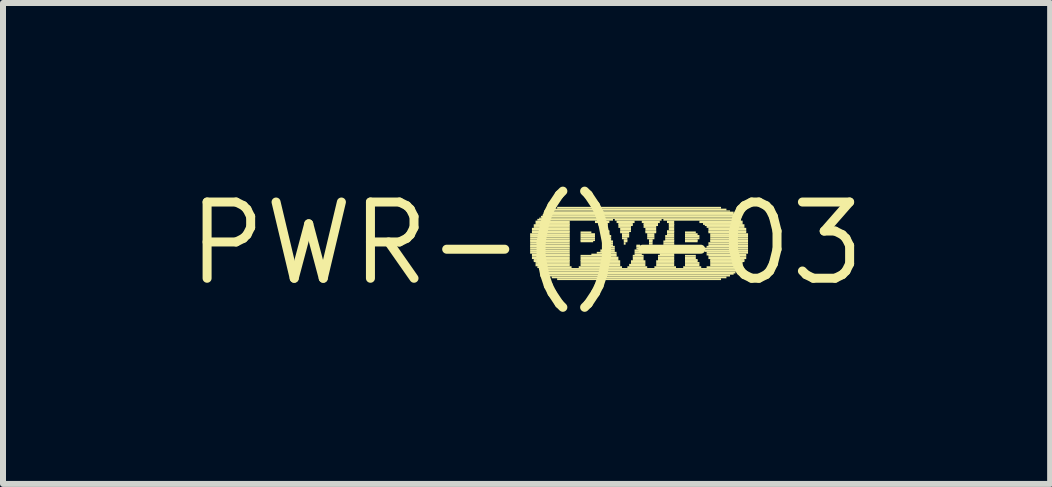
<source format=kicad_pcb>
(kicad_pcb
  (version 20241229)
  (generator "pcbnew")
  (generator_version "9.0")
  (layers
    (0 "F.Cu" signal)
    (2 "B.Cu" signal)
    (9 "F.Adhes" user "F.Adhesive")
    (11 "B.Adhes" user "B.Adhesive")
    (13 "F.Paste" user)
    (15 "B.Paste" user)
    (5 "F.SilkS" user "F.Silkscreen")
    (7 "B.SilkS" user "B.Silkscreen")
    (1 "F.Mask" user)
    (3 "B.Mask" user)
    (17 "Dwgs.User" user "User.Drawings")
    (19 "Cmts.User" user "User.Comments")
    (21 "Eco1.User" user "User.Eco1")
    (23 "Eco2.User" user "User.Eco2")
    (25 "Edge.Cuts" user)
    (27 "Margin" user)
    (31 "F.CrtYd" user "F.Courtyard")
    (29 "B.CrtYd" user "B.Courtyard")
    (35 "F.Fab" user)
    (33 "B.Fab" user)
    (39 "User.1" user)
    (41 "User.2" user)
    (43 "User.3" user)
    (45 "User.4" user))
  (footprint "PWR-()-03"
    (layer "F.Cu")
    (at 5.722 1.006)
    (property "Reference" "PWR-()-03" (at 0 0 0) (layer "F.SilkS") (effects (font (size 1.27 1.27) (thickness 0.15))))
    (fp_poly (pts (xy 0.06 -0.14) (xy 0.72 -0.14) (xy 0.72 -0.17) (xy 0.06 -0.17)) (stroke (width 0) (type solid)) (fill yes) (layer "F.SilkS"))
    (fp_poly (pts (xy 0.06 -0.1) (xy 0.72 -0.1) (xy 0.72 -0.14) (xy 0.06 -0.14)) (stroke (width 0) (type solid)) (fill yes) (layer "F.SilkS"))
    (fp_poly (pts (xy 0.06 -0.07) (xy 0.72 -0.07) (xy 0.72 -0.1) (xy 0.06 -0.1)) (stroke (width 0) (type solid)) (fill yes) (layer "F.SilkS"))
    (fp_poly (pts (xy 0.06 -0.04) (xy 0.72 -0.04) (xy 0.72 -0.07) (xy 0.06 -0.07)) (stroke (width 0) (type solid)) (fill yes) (layer "F.SilkS"))
    (fp_poly (pts (xy 0.06 -0.02) (xy 0.72 -0.02) (xy 0.72 -0.05) (xy 0.06 -0.05)) (stroke (width 0) (type solid)) (fill yes) (layer "F.SilkS"))
    (fp_poly (pts (xy 0.06 0.02) (xy 0.72 0.02) (xy 0.72 -0.02) (xy 0.06 -0.02)) (stroke (width 0) (type solid)) (fill yes) (layer "F.SilkS"))
    (fp_poly (pts (xy 0.06 0.05) (xy 0.72 0.05) (xy 0.72 0.02) (xy 0.06 0.02)) (stroke (width 0) (type solid)) (fill yes) (layer "F.SilkS"))
    (fp_poly (pts (xy 0.06 0.07) (xy 0.72 0.07) (xy 0.72 0.04) (xy 0.06 0.04)) (stroke (width 0) (type solid)) (fill yes) (layer "F.SilkS"))
    (fp_poly (pts (xy 0.06 0.1) (xy 0.72 0.1) (xy 0.72 0.07) (xy 0.06 0.07)) (stroke (width 0) (type solid)) (fill yes) (layer "F.SilkS"))
    (fp_poly (pts (xy 0.06 0.14) (xy 0.72 0.14) (xy 0.72 0.1) (xy 0.06 0.1)) (stroke (width 0) (type solid)) (fill yes) (layer "F.SilkS"))
    (fp_poly (pts (xy 0.06 0.17) (xy 0.72 0.17) (xy 0.72 0.14) (xy 0.06 0.14)) (stroke (width 0) (type solid)) (fill yes) (layer "F.SilkS"))
    (fp_poly (pts (xy 0.09 -0.22) (xy 0.72 -0.22) (xy 0.72 -0.26) (xy 0.09 -0.26)) (stroke (width 0) (type solid)) (fill yes) (layer "F.SilkS"))
    (fp_poly (pts (xy 0.09 -0.19) (xy 0.72 -0.19) (xy 0.72 -0.22) (xy 0.09 -0.22)) (stroke (width 0) (type solid)) (fill yes) (layer "F.SilkS"))
    (fp_poly (pts (xy 0.09 -0.17) (xy 0.72 -0.17) (xy 0.72 -0.2) (xy 0.09 -0.2)) (stroke (width 0) (type solid)) (fill yes) (layer "F.SilkS"))
    (fp_poly (pts (xy 0.09 0.2) (xy 0.72 0.2) (xy 0.72 0.17) (xy 0.09 0.17)) (stroke (width 0) (type solid)) (fill yes) (layer "F.SilkS"))
    (fp_poly (pts (xy 0.09 0.22) (xy 0.72 0.22) (xy 0.72 0.19) (xy 0.09 0.19)) (stroke (width 0) (type solid)) (fill yes) (layer "F.SilkS"))
    (fp_poly (pts (xy 0.09 0.26) (xy 0.72 0.26) (xy 0.72 0.22) (xy 0.09 0.22)) (stroke (width 0) (type solid)) (fill yes) (layer "F.SilkS"))
    (fp_poly (pts (xy 0.12 -0.29) (xy 0.72 -0.29) (xy 0.72 -0.32) (xy 0.12 -0.32)) (stroke (width 0) (type solid)) (fill yes) (layer "F.SilkS"))
    (fp_poly (pts (xy 0.12 -0.26) (xy 0.72 -0.26) (xy 0.72 -0.29) (xy 0.12 -0.29)) (stroke (width 0) (type solid)) (fill yes) (layer "F.SilkS"))
    (fp_poly (pts (xy 0.12 0.29) (xy 0.72 0.29) (xy 0.72 0.26) (xy 0.12 0.26)) (stroke (width 0) (type solid)) (fill yes) (layer "F.SilkS"))
    (fp_poly (pts (xy 0.12 0.31) (xy 0.72 0.31) (xy 0.72 0.28) (xy 0.12 0.28)) (stroke (width 0) (type solid)) (fill yes) (layer "F.SilkS"))
    (fp_poly (pts (xy 0.15 -0.34) (xy 0.72 -0.34) (xy 0.72 -0.38) (xy 0.15 -0.38)) (stroke (width 0) (type solid)) (fill yes) (layer "F.SilkS"))
    (fp_poly (pts (xy 0.15 -0.31) (xy 0.72 -0.31) (xy 0.72 -0.34) (xy 0.15 -0.34)) (stroke (width 0) (type solid)) (fill yes) (layer "F.SilkS"))
    (fp_poly (pts (xy 0.15 0.34) (xy 0.72 0.34) (xy 0.72 0.31) (xy 0.15 0.31)) (stroke (width 0) (type solid)) (fill yes) (layer "F.SilkS"))
    (fp_poly (pts (xy 0.15 0.38) (xy 0.72 0.38) (xy 0.72 0.34) (xy 0.15 0.34)) (stroke (width 0) (type solid)) (fill yes) (layer "F.SilkS"))
    (fp_poly (pts (xy 0.18 -0.38) (xy 1.44 -0.38) (xy 1.44 -0.41) (xy 0.18 -0.41)) (stroke (width 0) (type solid)) (fill yes) (layer "F.SilkS"))
    (fp_poly (pts (xy 0.18 0.41) (xy 0.75 0.41) (xy 0.75 0.38) (xy 0.18 0.38)) (stroke (width 0) (type solid)) (fill yes) (layer "F.SilkS"))
    (fp_poly (pts (xy 0.21 -0.41) (xy 3.54 -0.41) (xy 3.54 -0.43) (xy 0.21 -0.43)) (stroke (width 0) (type solid)) (fill yes) (layer "F.SilkS"))
    (fp_poly (pts (xy 0.21 0.44) (xy 3.54 0.44) (xy 3.54 0.41) (xy 0.21 0.41)) (stroke (width 0) (type solid)) (fill yes) (layer "F.SilkS"))
    (fp_poly (pts (xy 0.24 -0.43) (xy 3.51 -0.43) (xy 3.51 -0.46) (xy 0.24 -0.46)) (stroke (width 0) (type solid)) (fill yes) (layer "F.SilkS"))
    (fp_poly (pts (xy 0.24 0.47) (xy 3.51 0.47) (xy 3.51 0.44) (xy 0.24 0.44)) (stroke (width 0) (type solid)) (fill yes) (layer "F.SilkS"))
    (fp_poly (pts (xy 0.27 -0.46) (xy 3.48 -0.46) (xy 3.48 -0.49) (xy 0.27 -0.49)) (stroke (width 0) (type solid)) (fill yes) (layer "F.SilkS"))
    (fp_poly (pts (xy 0.27 0.5) (xy 3.48 0.5) (xy 3.48 0.47) (xy 0.27 0.47)) (stroke (width 0) (type solid)) (fill yes) (layer "F.SilkS"))
    (fp_poly (pts (xy 0.3 -0.49) (xy 3.45 -0.49) (xy 3.45 -0.53) (xy 0.3 -0.53)) (stroke (width 0) (type solid)) (fill yes) (layer "F.SilkS"))
    (fp_poly (pts (xy 0.3 0.52) (xy 3.45 0.52) (xy 3.45 0.49) (xy 0.3 0.49)) (stroke (width 0) (type solid)) (fill yes) (layer "F.SilkS"))
    (fp_poly (pts (xy 0.36 -0.53) (xy 3.39 -0.53) (xy 3.39 -0.55) (xy 0.36 -0.55)) (stroke (width 0) (type solid)) (fill yes) (layer "F.SilkS"))
    (fp_poly (pts (xy 0.36 0.55) (xy 3.39 0.55) (xy 3.39 0.52) (xy 0.36 0.52)) (stroke (width 0) (type solid)) (fill yes) (layer "F.SilkS"))
    (fp_poly (pts (xy 0.42 -0.55) (xy 3.33 -0.55) (xy 3.33 -0.58) (xy 0.42 -0.58)) (stroke (width 0) (type solid)) (fill yes) (layer "F.SilkS"))
    (fp_poly (pts (xy 0.42 0.58) (xy 3.33 0.58) (xy 3.33 0.55) (xy 0.42 0.55)) (stroke (width 0) (type solid)) (fill yes) (layer "F.SilkS"))
    (fp_poly (pts (xy 0.51 -0.58) (xy 3.24 -0.58) (xy 3.24 -0.61) (xy 0.51 -0.61)) (stroke (width 0) (type solid)) (fill yes) (layer "F.SilkS"))
    (fp_poly (pts (xy 0.51 0.61) (xy 3.24 0.61) (xy 3.24 0.58) (xy 0.51 0.58)) (stroke (width 0) (type solid)) (fill yes) (layer "F.SilkS"))
    (fp_poly (pts (xy 0.87 0.41) (xy 1.59 0.41) (xy 1.59 0.38) (xy 0.87 0.38)) (stroke (width 0) (type solid)) (fill yes) (layer "F.SilkS"))
    (fp_poly (pts (xy 0.9 -0.17) (xy 1.08 -0.17) (xy 1.08 -0.2) (xy 0.9 -0.2)) (stroke (width 0) (type solid)) (fill yes) (layer "F.SilkS"))
    (fp_poly (pts (xy 0.9 -0.14) (xy 1.14 -0.14) (xy 1.14 -0.17) (xy 0.9 -0.17)) (stroke (width 0) (type solid)) (fill yes) (layer "F.SilkS"))
    (fp_poly (pts (xy 0.9 -0.1) (xy 1.14 -0.1) (xy 1.14 -0.14) (xy 0.9 -0.14)) (stroke (width 0) (type solid)) (fill yes) (layer "F.SilkS"))
    (fp_poly (pts (xy 0.9 -0.07) (xy 1.14 -0.07) (xy 1.14 -0.1) (xy 0.9 -0.1)) (stroke (width 0) (type solid)) (fill yes) (layer "F.SilkS"))
    (fp_poly (pts (xy 0.9 -0.04) (xy 1.14 -0.04) (xy 1.14 -0.07) (xy 0.9 -0.07)) (stroke (width 0) (type solid)) (fill yes) (layer "F.SilkS"))
    (fp_poly (pts (xy 0.9 -0.02) (xy 1.11 -0.02) (xy 1.11 -0.05) (xy 0.9 -0.05)) (stroke (width 0) (type solid)) (fill yes) (layer "F.SilkS"))
    (fp_poly (pts (xy 0.9 0.22) (xy 1.5 0.22) (xy 1.5 0.19) (xy 0.9 0.19)) (stroke (width 0) (type solid)) (fill yes) (layer "F.SilkS"))
    (fp_poly (pts (xy 0.9 0.26) (xy 1.53 0.26) (xy 1.53 0.22) (xy 0.9 0.22)) (stroke (width 0) (type solid)) (fill yes) (layer "F.SilkS"))
    (fp_poly (pts (xy 0.9 0.29) (xy 1.53 0.29) (xy 1.53 0.26) (xy 0.9 0.26)) (stroke (width 0) (type solid)) (fill yes) (layer "F.SilkS"))
    (fp_poly (pts (xy 0.9 0.31) (xy 1.56 0.31) (xy 1.56 0.28) (xy 0.9 0.28)) (stroke (width 0) (type solid)) (fill yes) (layer "F.SilkS"))
    (fp_poly (pts (xy 0.9 0.34) (xy 1.56 0.34) (xy 1.56 0.31) (xy 0.9 0.31)) (stroke (width 0) (type solid)) (fill yes) (layer "F.SilkS"))
    (fp_poly (pts (xy 0.9 0.38) (xy 1.56 0.38) (xy 1.56 0.34) (xy 0.9 0.34)) (stroke (width 0) (type solid)) (fill yes) (layer "F.SilkS"))
    (fp_poly (pts (xy 1.08 0.2) (xy 1.5 0.2) (xy 1.5 0.17) (xy 1.08 0.17)) (stroke (width 0) (type solid)) (fill yes) (layer "F.SilkS"))
    (fp_poly (pts (xy 1.14 -0.34) (xy 1.38 -0.34) (xy 1.38 -0.38) (xy 1.14 -0.38)) (stroke (width 0) (type solid)) (fill yes) (layer "F.SilkS"))
    (fp_poly (pts (xy 1.17 0.17) (xy 1.5 0.17) (xy 1.5 0.14) (xy 1.17 0.14)) (stroke (width 0) (type solid)) (fill yes) (layer "F.SilkS"))
    (fp_poly (pts (xy 1.2 -0.31) (xy 1.35 -0.31) (xy 1.35 -0.34) (xy 1.2 -0.34)) (stroke (width 0) (type solid)) (fill yes) (layer "F.SilkS"))
    (fp_poly (pts (xy 1.23 -0.29) (xy 1.35 -0.29) (xy 1.35 -0.32) (xy 1.23 -0.32)) (stroke (width 0) (type solid)) (fill yes) (layer "F.SilkS"))
    (fp_poly (pts (xy 1.23 0.14) (xy 1.47 0.14) (xy 1.47 0.1) (xy 1.23 0.1)) (stroke (width 0) (type solid)) (fill yes) (layer "F.SilkS"))
    (fp_poly (pts (xy 1.26 -0.26) (xy 1.35 -0.26) (xy 1.35 -0.29) (xy 1.26 -0.29)) (stroke (width 0) (type solid)) (fill yes) (layer "F.SilkS"))
    (fp_poly (pts (xy 1.26 0.1) (xy 1.47 0.1) (xy 1.47 0.07) (xy 1.26 0.07)) (stroke (width 0) (type solid)) (fill yes) (layer "F.SilkS"))
    (fp_poly (pts (xy 1.29 -0.22) (xy 1.35 -0.22) (xy 1.35 -0.26) (xy 1.29 -0.26)) (stroke (width 0) (type solid)) (fill yes) (layer "F.SilkS"))
    (fp_poly (pts (xy 1.29 -0.19) (xy 1.38 -0.19) (xy 1.38 -0.22) (xy 1.29 -0.22)) (stroke (width 0) (type solid)) (fill yes) (layer "F.SilkS"))
    (fp_poly (pts (xy 1.29 0.05) (xy 1.44 0.05) (xy 1.44 0.02) (xy 1.29 0.02)) (stroke (width 0) (type solid)) (fill yes) (layer "F.SilkS"))
    (fp_poly (pts (xy 1.29 0.07) (xy 1.47 0.07) (xy 1.47 0.04) (xy 1.29 0.04)) (stroke (width 0) (type solid)) (fill yes) (layer "F.SilkS"))
    (fp_poly (pts (xy 1.32 -0.17) (xy 1.38 -0.17) (xy 1.38 -0.2) (xy 1.32 -0.2)) (stroke (width 0) (type solid)) (fill yes) (layer "F.SilkS"))
    (fp_poly (pts (xy 1.32 -0.14) (xy 1.38 -0.14) (xy 1.38 -0.17) (xy 1.32 -0.17)) (stroke (width 0) (type solid)) (fill yes) (layer "F.SilkS"))
    (fp_poly (pts (xy 1.32 -0.1) (xy 1.41 -0.1) (xy 1.41 -0.14) (xy 1.32 -0.14)) (stroke (width 0) (type solid)) (fill yes) (layer "F.SilkS"))
    (fp_poly (pts (xy 1.32 -0.07) (xy 1.41 -0.07) (xy 1.41 -0.1) (xy 1.32 -0.1)) (stroke (width 0) (type solid)) (fill yes) (layer "F.SilkS"))
    (fp_poly (pts (xy 1.32 -0.04) (xy 1.41 -0.04) (xy 1.41 -0.07) (xy 1.32 -0.07)) (stroke (width 0) (type solid)) (fill yes) (layer "F.SilkS"))
    (fp_poly (pts (xy 1.32 -0.02) (xy 1.44 -0.02) (xy 1.44 -0.05) (xy 1.32 -0.05)) (stroke (width 0) (type solid)) (fill yes) (layer "F.SilkS"))
    (fp_poly (pts (xy 1.32 0.02) (xy 1.44 0.02) (xy 1.44 -0.02) (xy 1.32 -0.02)) (stroke (width 0) (type solid)) (fill yes) (layer "F.SilkS"))
    (fp_poly (pts (xy 1.47 -0.38) (xy 2.25 -0.38) (xy 2.25 -0.41) (xy 1.47 -0.41)) (stroke (width 0) (type solid)) (fill yes) (layer "F.SilkS"))
    (fp_poly (pts (xy 1.5 -0.34) (xy 1.8 -0.34) (xy 1.8 -0.38) (xy 1.5 -0.38)) (stroke (width 0) (type solid)) (fill yes) (layer "F.SilkS"))
    (fp_poly (pts (xy 1.53 -0.31) (xy 1.77 -0.31) (xy 1.77 -0.34) (xy 1.53 -0.34)) (stroke (width 0) (type solid)) (fill yes) (layer "F.SilkS"))
    (fp_poly (pts (xy 1.53 -0.29) (xy 1.77 -0.29) (xy 1.77 -0.32) (xy 1.53 -0.32)) (stroke (width 0) (type solid)) (fill yes) (layer "F.SilkS"))
    (fp_poly (pts (xy 1.53 -0.26) (xy 1.74 -0.26) (xy 1.74 -0.29) (xy 1.53 -0.29)) (stroke (width 0) (type solid)) (fill yes) (layer "F.SilkS"))
    (fp_poly (pts (xy 1.56 -0.22) (xy 1.74 -0.22) (xy 1.74 -0.26) (xy 1.56 -0.26)) (stroke (width 0) (type solid)) (fill yes) (layer "F.SilkS"))
    (fp_poly (pts (xy 1.56 -0.19) (xy 1.74 -0.19) (xy 1.74 -0.22) (xy 1.56 -0.22)) (stroke (width 0) (type solid)) (fill yes) (layer "F.SilkS"))
    (fp_poly (pts (xy 1.56 -0.17) (xy 1.71 -0.17) (xy 1.71 -0.2) (xy 1.56 -0.2)) (stroke (width 0) (type solid)) (fill yes) (layer "F.SilkS"))
    (fp_poly (pts (xy 1.59 -0.14) (xy 1.71 -0.14) (xy 1.71 -0.17) (xy 1.59 -0.17)) (stroke (width 0) (type solid)) (fill yes) (layer "F.SilkS"))
    (fp_poly (pts (xy 1.59 -0.1) (xy 1.71 -0.1) (xy 1.71 -0.14) (xy 1.59 -0.14)) (stroke (width 0) (type solid)) (fill yes) (layer "F.SilkS"))
    (fp_poly (pts (xy 1.59 -0.07) (xy 1.68 -0.07) (xy 1.68 -0.1) (xy 1.59 -0.1)) (stroke (width 0) (type solid)) (fill yes) (layer "F.SilkS"))
    (fp_poly (pts (xy 1.62 -0.04) (xy 1.68 -0.04) (xy 1.68 -0.07) (xy 1.62 -0.07)) (stroke (width 0) (type solid)) (fill yes) (layer "F.SilkS"))
    (fp_poly (pts (xy 1.62 -0.02) (xy 1.68 -0.02) (xy 1.68 -0.05) (xy 1.62 -0.05)) (stroke (width 0) (type solid)) (fill yes) (layer "F.SilkS"))
    (fp_poly (pts (xy 1.62 0.02) (xy 1.65 0.02) (xy 1.65 -0.02) (xy 1.62 -0.02)) (stroke (width 0) (type solid)) (fill yes) (layer "F.SilkS"))
    (fp_poly (pts (xy 1.68 0.41) (xy 2.01 0.41) (xy 2.01 0.38) (xy 1.68 0.38)) (stroke (width 0) (type solid)) (fill yes) (layer "F.SilkS"))
    (fp_poly (pts (xy 1.71 0.38) (xy 1.98 0.38) (xy 1.98 0.34) (xy 1.71 0.34)) (stroke (width 0) (type solid)) (fill yes) (layer "F.SilkS"))
    (fp_poly (pts (xy 1.74 0.31) (xy 1.98 0.31) (xy 1.98 0.28) (xy 1.74 0.28)) (stroke (width 0) (type solid)) (fill yes) (layer "F.SilkS"))
    (fp_poly (pts (xy 1.74 0.34) (xy 1.98 0.34) (xy 1.98 0.31) (xy 1.74 0.31)) (stroke (width 0) (type solid)) (fill yes) (layer "F.SilkS"))
    (fp_poly (pts (xy 1.77 0.22) (xy 1.95 0.22) (xy 1.95 0.19) (xy 1.77 0.19)) (stroke (width 0) (type solid)) (fill yes) (layer "F.SilkS"))
    (fp_poly (pts (xy 1.77 0.26) (xy 1.95 0.26) (xy 1.95 0.22) (xy 1.77 0.22)) (stroke (width 0) (type solid)) (fill yes) (layer "F.SilkS"))
    (fp_poly (pts (xy 1.77 0.29) (xy 1.95 0.29) (xy 1.95 0.26) (xy 1.77 0.26)) (stroke (width 0) (type solid)) (fill yes) (layer "F.SilkS"))
    (fp_poly (pts (xy 1.8 0.14) (xy 1.92 0.14) (xy 1.92 0.1) (xy 1.8 0.1)) (stroke (width 0) (type solid)) (fill yes) (layer "F.SilkS"))
    (fp_poly (pts (xy 1.8 0.17) (xy 1.92 0.17) (xy 1.92 0.14) (xy 1.8 0.14)) (stroke (width 0) (type solid)) (fill yes) (layer "F.SilkS"))
    (fp_poly (pts (xy 1.8 0.2) (xy 1.92 0.2) (xy 1.92 0.17) (xy 1.8 0.17)) (stroke (width 0) (type solid)) (fill yes) (layer "F.SilkS"))
    (fp_poly (pts (xy 1.83 0.05) (xy 1.89 0.05) (xy 1.89 0.02) (xy 1.83 0.02)) (stroke (width 0) (type solid)) (fill yes) (layer "F.SilkS"))
    (fp_poly (pts (xy 1.83 0.07) (xy 1.89 0.07) (xy 1.89 0.04) (xy 1.83 0.04)) (stroke (width 0) (type solid)) (fill yes) (layer "F.SilkS"))
    (fp_poly (pts (xy 1.83 0.1) (xy 1.89 0.1) (xy 1.89 0.07) (xy 1.83 0.07)) (stroke (width 0) (type solid)) (fill yes) (layer "F.SilkS"))
    (fp_poly (pts (xy 1.92 -0.34) (xy 2.22 -0.34) (xy 2.22 -0.38) (xy 1.92 -0.38)) (stroke (width 0) (type solid)) (fill yes) (layer "F.SilkS"))
    (fp_poly (pts (xy 1.95 -0.31) (xy 2.19 -0.31) (xy 2.19 -0.34) (xy 1.95 -0.34)) (stroke (width 0) (type solid)) (fill yes) (layer "F.SilkS"))
    (fp_poly (pts (xy 1.95 -0.29) (xy 2.19 -0.29) (xy 2.19 -0.32) (xy 1.95 -0.32)) (stroke (width 0) (type solid)) (fill yes) (layer "F.SilkS"))
    (fp_poly (pts (xy 1.95 -0.26) (xy 2.16 -0.26) (xy 2.16 -0.29) (xy 1.95 -0.29)) (stroke (width 0) (type solid)) (fill yes) (layer "F.SilkS"))
    (fp_poly (pts (xy 1.98 -0.22) (xy 2.16 -0.22) (xy 2.16 -0.26) (xy 1.98 -0.26)) (stroke (width 0) (type solid)) (fill yes) (layer "F.SilkS"))
    (fp_poly (pts (xy 1.98 -0.19) (xy 2.16 -0.19) (xy 2.16 -0.22) (xy 1.98 -0.22)) (stroke (width 0) (type solid)) (fill yes) (layer "F.SilkS"))
    (fp_poly (pts (xy 1.98 -0.17) (xy 2.16 -0.17) (xy 2.16 -0.2) (xy 1.98 -0.2)) (stroke (width 0) (type solid)) (fill yes) (layer "F.SilkS"))
    (fp_poly (pts (xy 2.01 -0.14) (xy 2.13 -0.14) (xy 2.13 -0.17) (xy 2.01 -0.17)) (stroke (width 0) (type solid)) (fill yes) (layer "F.SilkS"))
    (fp_poly (pts (xy 2.01 -0.1) (xy 2.13 -0.1) (xy 2.13 -0.14) (xy 2.01 -0.14)) (stroke (width 0) (type solid)) (fill yes) (layer "F.SilkS"))
    (fp_poly (pts (xy 2.01 -0.07) (xy 2.13 -0.07) (xy 2.13 -0.1) (xy 2.01 -0.1)) (stroke (width 0) (type solid)) (fill yes) (layer "F.SilkS"))
    (fp_poly (pts (xy 2.04 -0.04) (xy 2.1 -0.04) (xy 2.1 -0.07) (xy 2.04 -0.07)) (stroke (width 0) (type solid)) (fill yes) (layer "F.SilkS"))
    (fp_poly (pts (xy 2.04 -0.02) (xy 2.1 -0.02) (xy 2.1 -0.05) (xy 2.04 -0.05)) (stroke (width 0) (type solid)) (fill yes) (layer "F.SilkS"))
    (fp_poly (pts (xy 2.04 0.02) (xy 2.1 0.02) (xy 2.1 -0.02) (xy 2.04 -0.02)) (stroke (width 0) (type solid)) (fill yes) (layer "F.SilkS"))
    (fp_poly (pts (xy 2.13 0.41) (xy 2.49 0.41) (xy 2.49 0.38) (xy 2.13 0.38)) (stroke (width 0) (type solid)) (fill yes) (layer "F.SilkS"))
    (fp_poly (pts (xy 2.16 0.31) (xy 2.46 0.31) (xy 2.46 0.28) (xy 2.16 0.28)) (stroke (width 0) (type solid)) (fill yes) (layer "F.SilkS"))
    (fp_poly (pts (xy 2.16 0.34) (xy 2.46 0.34) (xy 2.46 0.31) (xy 2.16 0.31)) (stroke (width 0) (type solid)) (fill yes) (layer "F.SilkS"))
    (fp_poly (pts (xy 2.16 0.38) (xy 2.46 0.38) (xy 2.46 0.34) (xy 2.16 0.34)) (stroke (width 0) (type solid)) (fill yes) (layer "F.SilkS"))
    (fp_poly (pts (xy 2.19 0.22) (xy 2.46 0.22) (xy 2.46 0.19) (xy 2.19 0.19)) (stroke (width 0) (type solid)) (fill yes) (layer "F.SilkS"))
    (fp_poly (pts (xy 2.19 0.26) (xy 2.46 0.26) (xy 2.46 0.22) (xy 2.19 0.22)) (stroke (width 0) (type solid)) (fill yes) (layer "F.SilkS"))
    (fp_poly (pts (xy 2.19 0.29) (xy 2.46 0.29) (xy 2.46 0.26) (xy 2.19 0.26)) (stroke (width 0) (type solid)) (fill yes) (layer "F.SilkS"))
    (fp_poly (pts (xy 2.22 0.17) (xy 2.46 0.17) (xy 2.46 0.14) (xy 2.22 0.14)) (stroke (width 0) (type solid)) (fill yes) (layer "F.SilkS"))
    (fp_poly (pts (xy 2.22 0.2) (xy 2.46 0.2) (xy 2.46 0.17) (xy 2.22 0.17)) (stroke (width 0) (type solid)) (fill yes) (layer "F.SilkS"))
    (fp_poly (pts (xy 2.25 0.07) (xy 2.46 0.07) (xy 2.46 0.04) (xy 2.25 0.04)) (stroke (width 0) (type solid)) (fill yes) (layer "F.SilkS"))
    (fp_poly (pts (xy 2.25 0.1) (xy 2.46 0.1) (xy 2.46 0.07) (xy 2.25 0.07)) (stroke (width 0) (type solid)) (fill yes) (layer "F.SilkS"))
    (fp_poly (pts (xy 2.25 0.14) (xy 2.46 0.14) (xy 2.46 0.1) (xy 2.25 0.1)) (stroke (width 0) (type solid)) (fill yes) (layer "F.SilkS"))
    (fp_poly (pts (xy 2.28 -0.38) (xy 3.57 -0.38) (xy 3.57 -0.41) (xy 2.28 -0.41)) (stroke (width 0) (type solid)) (fill yes) (layer "F.SilkS"))
    (fp_poly (pts (xy 2.28 -0.02) (xy 2.46 -0.02) (xy 2.46 -0.05) (xy 2.28 -0.05)) (stroke (width 0) (type solid)) (fill yes) (layer "F.SilkS"))
    (fp_poly (pts (xy 2.28 0.02) (xy 2.46 0.02) (xy 2.46 -0.02) (xy 2.28 -0.02)) (stroke (width 0) (type solid)) (fill yes) (layer "F.SilkS"))
    (fp_poly (pts (xy 2.28 0.05) (xy 2.46 0.05) (xy 2.46 0.02) (xy 2.28 0.02)) (stroke (width 0) (type solid)) (fill yes) (layer "F.SilkS"))
    (fp_poly (pts (xy 2.31 -0.1) (xy 2.46 -0.1) (xy 2.46 -0.14) (xy 2.31 -0.14)) (stroke (width 0) (type solid)) (fill yes) (layer "F.SilkS"))
    (fp_poly (pts (xy 2.31 -0.07) (xy 2.46 -0.07) (xy 2.46 -0.1) (xy 2.31 -0.1)) (stroke (width 0) (type solid)) (fill yes) (layer "F.SilkS"))
    (fp_poly (pts (xy 2.31 -0.04) (xy 2.46 -0.04) (xy 2.46 -0.07) (xy 2.31 -0.07)) (stroke (width 0) (type solid)) (fill yes) (layer "F.SilkS"))
    (fp_poly (pts (xy 2.34 -0.34) (xy 2.46 -0.34) (xy 2.46 -0.38) (xy 2.34 -0.38)) (stroke (width 0) (type solid)) (fill yes) (layer "F.SilkS"))
    (fp_poly (pts (xy 2.34 -0.19) (xy 2.46 -0.19) (xy 2.46 -0.22) (xy 2.34 -0.22)) (stroke (width 0) (type solid)) (fill yes) (layer "F.SilkS"))
    (fp_poly (pts (xy 2.34 -0.17) (xy 2.46 -0.17) (xy 2.46 -0.2) (xy 2.34 -0.2)) (stroke (width 0) (type solid)) (fill yes) (layer "F.SilkS"))
    (fp_poly (pts (xy 2.34 -0.14) (xy 2.46 -0.14) (xy 2.46 -0.17) (xy 2.34 -0.17)) (stroke (width 0) (type solid)) (fill yes) (layer "F.SilkS"))
    (fp_poly (pts (xy 2.37 -0.31) (xy 2.46 -0.31) (xy 2.46 -0.34) (xy 2.37 -0.34)) (stroke (width 0) (type solid)) (fill yes) (layer "F.SilkS"))
    (fp_poly (pts (xy 2.37 -0.29) (xy 2.46 -0.29) (xy 2.46 -0.32) (xy 2.37 -0.32)) (stroke (width 0) (type solid)) (fill yes) (layer "F.SilkS"))
    (fp_poly (pts (xy 2.37 -0.26) (xy 2.46 -0.26) (xy 2.46 -0.29) (xy 2.37 -0.29)) (stroke (width 0) (type solid)) (fill yes) (layer "F.SilkS"))
    (fp_poly (pts (xy 2.37 -0.22) (xy 2.46 -0.22) (xy 2.46 -0.26) (xy 2.37 -0.26)) (stroke (width 0) (type solid)) (fill yes) (layer "F.SilkS"))
    (fp_poly (pts (xy 2.61 0.41) (xy 2.91 0.41) (xy 2.91 0.38) (xy 2.61 0.38)) (stroke (width 0) (type solid)) (fill yes) (layer "F.SilkS"))
    (fp_poly (pts (xy 2.64 -0.17) (xy 2.82 -0.17) (xy 2.82 -0.2) (xy 2.64 -0.2)) (stroke (width 0) (type solid)) (fill yes) (layer "F.SilkS"))
    (fp_poly (pts (xy 2.64 -0.14) (xy 2.85 -0.14) (xy 2.85 -0.17) (xy 2.64 -0.17)) (stroke (width 0) (type solid)) (fill yes) (layer "F.SilkS"))
    (fp_poly (pts (xy 2.64 -0.1) (xy 2.88 -0.1) (xy 2.88 -0.14) (xy 2.64 -0.14)) (stroke (width 0) (type solid)) (fill yes) (layer "F.SilkS"))
    (fp_poly (pts (xy 2.64 -0.07) (xy 2.88 -0.07) (xy 2.88 -0.1) (xy 2.64 -0.1)) (stroke (width 0) (type solid)) (fill yes) (layer "F.SilkS"))
    (fp_poly (pts (xy 2.64 -0.04) (xy 2.85 -0.04) (xy 2.85 -0.07) (xy 2.64 -0.07)) (stroke (width 0) (type solid)) (fill yes) (layer "F.SilkS"))
    (fp_poly (pts (xy 2.64 -0.02) (xy 2.85 -0.02) (xy 2.85 -0.05) (xy 2.64 -0.05)) (stroke (width 0) (type solid)) (fill yes) (layer "F.SilkS"))
    (fp_poly (pts (xy 2.64 0.22) (xy 2.82 0.22) (xy 2.82 0.19) (xy 2.64 0.19)) (stroke (width 0) (type solid)) (fill yes) (layer "F.SilkS"))
    (fp_poly (pts (xy 2.64 0.26) (xy 2.82 0.26) (xy 2.82 0.22) (xy 2.64 0.22)) (stroke (width 0) (type solid)) (fill yes) (layer "F.SilkS"))
    (fp_poly (pts (xy 2.64 0.29) (xy 2.85 0.29) (xy 2.85 0.26) (xy 2.64 0.26)) (stroke (width 0) (type solid)) (fill yes) (layer "F.SilkS"))
    (fp_poly (pts (xy 2.64 0.31) (xy 2.85 0.31) (xy 2.85 0.28) (xy 2.64 0.28)) (stroke (width 0) (type solid)) (fill yes) (layer "F.SilkS"))
    (fp_poly (pts (xy 2.64 0.34) (xy 2.88 0.34) (xy 2.88 0.31) (xy 2.64 0.31)) (stroke (width 0) (type solid)) (fill yes) (layer "F.SilkS"))
    (fp_poly (pts (xy 2.64 0.38) (xy 2.88 0.38) (xy 2.88 0.34) (xy 2.64 0.34)) (stroke (width 0) (type solid)) (fill yes) (layer "F.SilkS"))
    (fp_poly (pts (xy 2.88 -0.34) (xy 3.6 -0.34) (xy 3.6 -0.38) (xy 2.88 -0.38)) (stroke (width 0) (type solid)) (fill yes) (layer "F.SilkS"))
    (fp_poly (pts (xy 2.94 -0.31) (xy 3.6 -0.31) (xy 3.6 -0.34) (xy 2.94 -0.34)) (stroke (width 0) (type solid)) (fill yes) (layer "F.SilkS"))
    (fp_poly (pts (xy 2.97 -0.29) (xy 3.63 -0.29) (xy 3.63 -0.32) (xy 2.97 -0.32)) (stroke (width 0) (type solid)) (fill yes) (layer "F.SilkS"))
    (fp_poly (pts (xy 2.97 0.1) (xy 3.69 0.1) (xy 3.69 0.07) (xy 2.97 0.07)) (stroke (width 0) (type solid)) (fill yes) (layer "F.SilkS"))
    (fp_poly (pts (xy 2.97 0.14) (xy 3.69 0.14) (xy 3.69 0.1) (xy 2.97 0.1)) (stroke (width 0) (type solid)) (fill yes) (layer "F.SilkS"))
    (fp_poly (pts (xy 3 -0.26) (xy 3.63 -0.26) (xy 3.63 -0.29) (xy 3 -0.29)) (stroke (width 0) (type solid)) (fill yes) (layer "F.SilkS"))
    (fp_poly (pts (xy 3 0.07) (xy 3.69 0.07) (xy 3.69 0.04) (xy 3 0.04)) (stroke (width 0) (type solid)) (fill yes) (layer "F.SilkS"))
    (fp_poly (pts (xy 3 0.17) (xy 3.69 0.17) (xy 3.69 0.14) (xy 3 0.14)) (stroke (width 0) (type solid)) (fill yes) (layer "F.SilkS"))
    (fp_poly (pts (xy 3 0.2) (xy 3.66 0.2) (xy 3.66 0.17) (xy 3 0.17)) (stroke (width 0) (type solid)) (fill yes) (layer "F.SilkS"))
    (fp_poly (pts (xy 3 0.41) (xy 3.57 0.41) (xy 3.57 0.38) (xy 3 0.38)) (stroke (width 0) (type solid)) (fill yes) (layer "F.SilkS"))
    (fp_poly (pts (xy 3.03 -0.22) (xy 3.66 -0.22) (xy 3.66 -0.26) (xy 3.03 -0.26)) (stroke (width 0) (type solid)) (fill yes) (layer "F.SilkS"))
    (fp_poly (pts (xy 3.03 -0.19) (xy 3.66 -0.19) (xy 3.66 -0.22) (xy 3.03 -0.22)) (stroke (width 0) (type solid)) (fill yes) (layer "F.SilkS"))
    (fp_poly (pts (xy 3.03 -0.17) (xy 3.66 -0.17) (xy 3.66 -0.2) (xy 3.03 -0.2)) (stroke (width 0) (type solid)) (fill yes) (layer "F.SilkS"))
    (fp_poly (pts (xy 3.03 0.02) (xy 3.69 0.02) (xy 3.69 -0.02) (xy 3.03 -0.02)) (stroke (width 0) (type solid)) (fill yes) (layer "F.SilkS"))
    (fp_poly (pts (xy 3.03 0.05) (xy 3.69 0.05) (xy 3.69 0.02) (xy 3.03 0.02)) (stroke (width 0) (type solid)) (fill yes) (layer "F.SilkS"))
    (fp_poly (pts (xy 3.03 0.22) (xy 3.66 0.22) (xy 3.66 0.19) (xy 3.03 0.19)) (stroke (width 0) (type solid)) (fill yes) (layer "F.SilkS"))
    (fp_poly (pts (xy 3.03 0.26) (xy 3.66 0.26) (xy 3.66 0.22) (xy 3.03 0.22)) (stroke (width 0) (type solid)) (fill yes) (layer "F.SilkS"))
    (fp_poly (pts (xy 3.06 -0.14) (xy 3.69 -0.14) (xy 3.69 -0.17) (xy 3.06 -0.17)) (stroke (width 0) (type solid)) (fill yes) (layer "F.SilkS"))
    (fp_poly (pts (xy 3.06 -0.1) (xy 3.69 -0.1) (xy 3.69 -0.14) (xy 3.06 -0.14)) (stroke (width 0) (type solid)) (fill yes) (layer "F.SilkS"))
    (fp_poly (pts (xy 3.06 -0.07) (xy 3.69 -0.07) (xy 3.69 -0.1) (xy 3.06 -0.1)) (stroke (width 0) (type solid)) (fill yes) (layer "F.SilkS"))
    (fp_poly (pts (xy 3.06 -0.04) (xy 3.69 -0.04) (xy 3.69 -0.07) (xy 3.06 -0.07)) (stroke (width 0) (type solid)) (fill yes) (layer "F.SilkS"))
    (fp_poly (pts (xy 3.06 -0.02) (xy 3.69 -0.02) (xy 3.69 -0.05) (xy 3.06 -0.05)) (stroke (width 0) (type solid)) (fill yes) (layer "F.SilkS"))
    (fp_poly (pts (xy 3.06 0.29) (xy 3.63 0.29) (xy 3.63 0.26) (xy 3.06 0.26)) (stroke (width 0) (type solid)) (fill yes) (layer "F.SilkS"))
    (fp_poly (pts (xy 3.06 0.31) (xy 3.63 0.31) (xy 3.63 0.28) (xy 3.06 0.28)) (stroke (width 0) (type solid)) (fill yes) (layer "F.SilkS"))
    (fp_poly (pts (xy 3.06 0.34) (xy 3.6 0.34) (xy 3.6 0.31) (xy 3.06 0.31)) (stroke (width 0) (type solid)) (fill yes) (layer "F.SilkS"))
    (fp_poly (pts (xy 3.06 0.38) (xy 3.6 0.38) (xy 3.6 0.34) (xy 3.06 0.34)) (stroke (width 0) (type solid)) (fill yes) (layer "F.SilkS")))
  (gr_rect
    (start -3 -3)
    (end 14.445 5.012)
    (stroke (width 0.1) (type default))
    (fill no)
    (layer "Edge.Cuts")))
</source>
